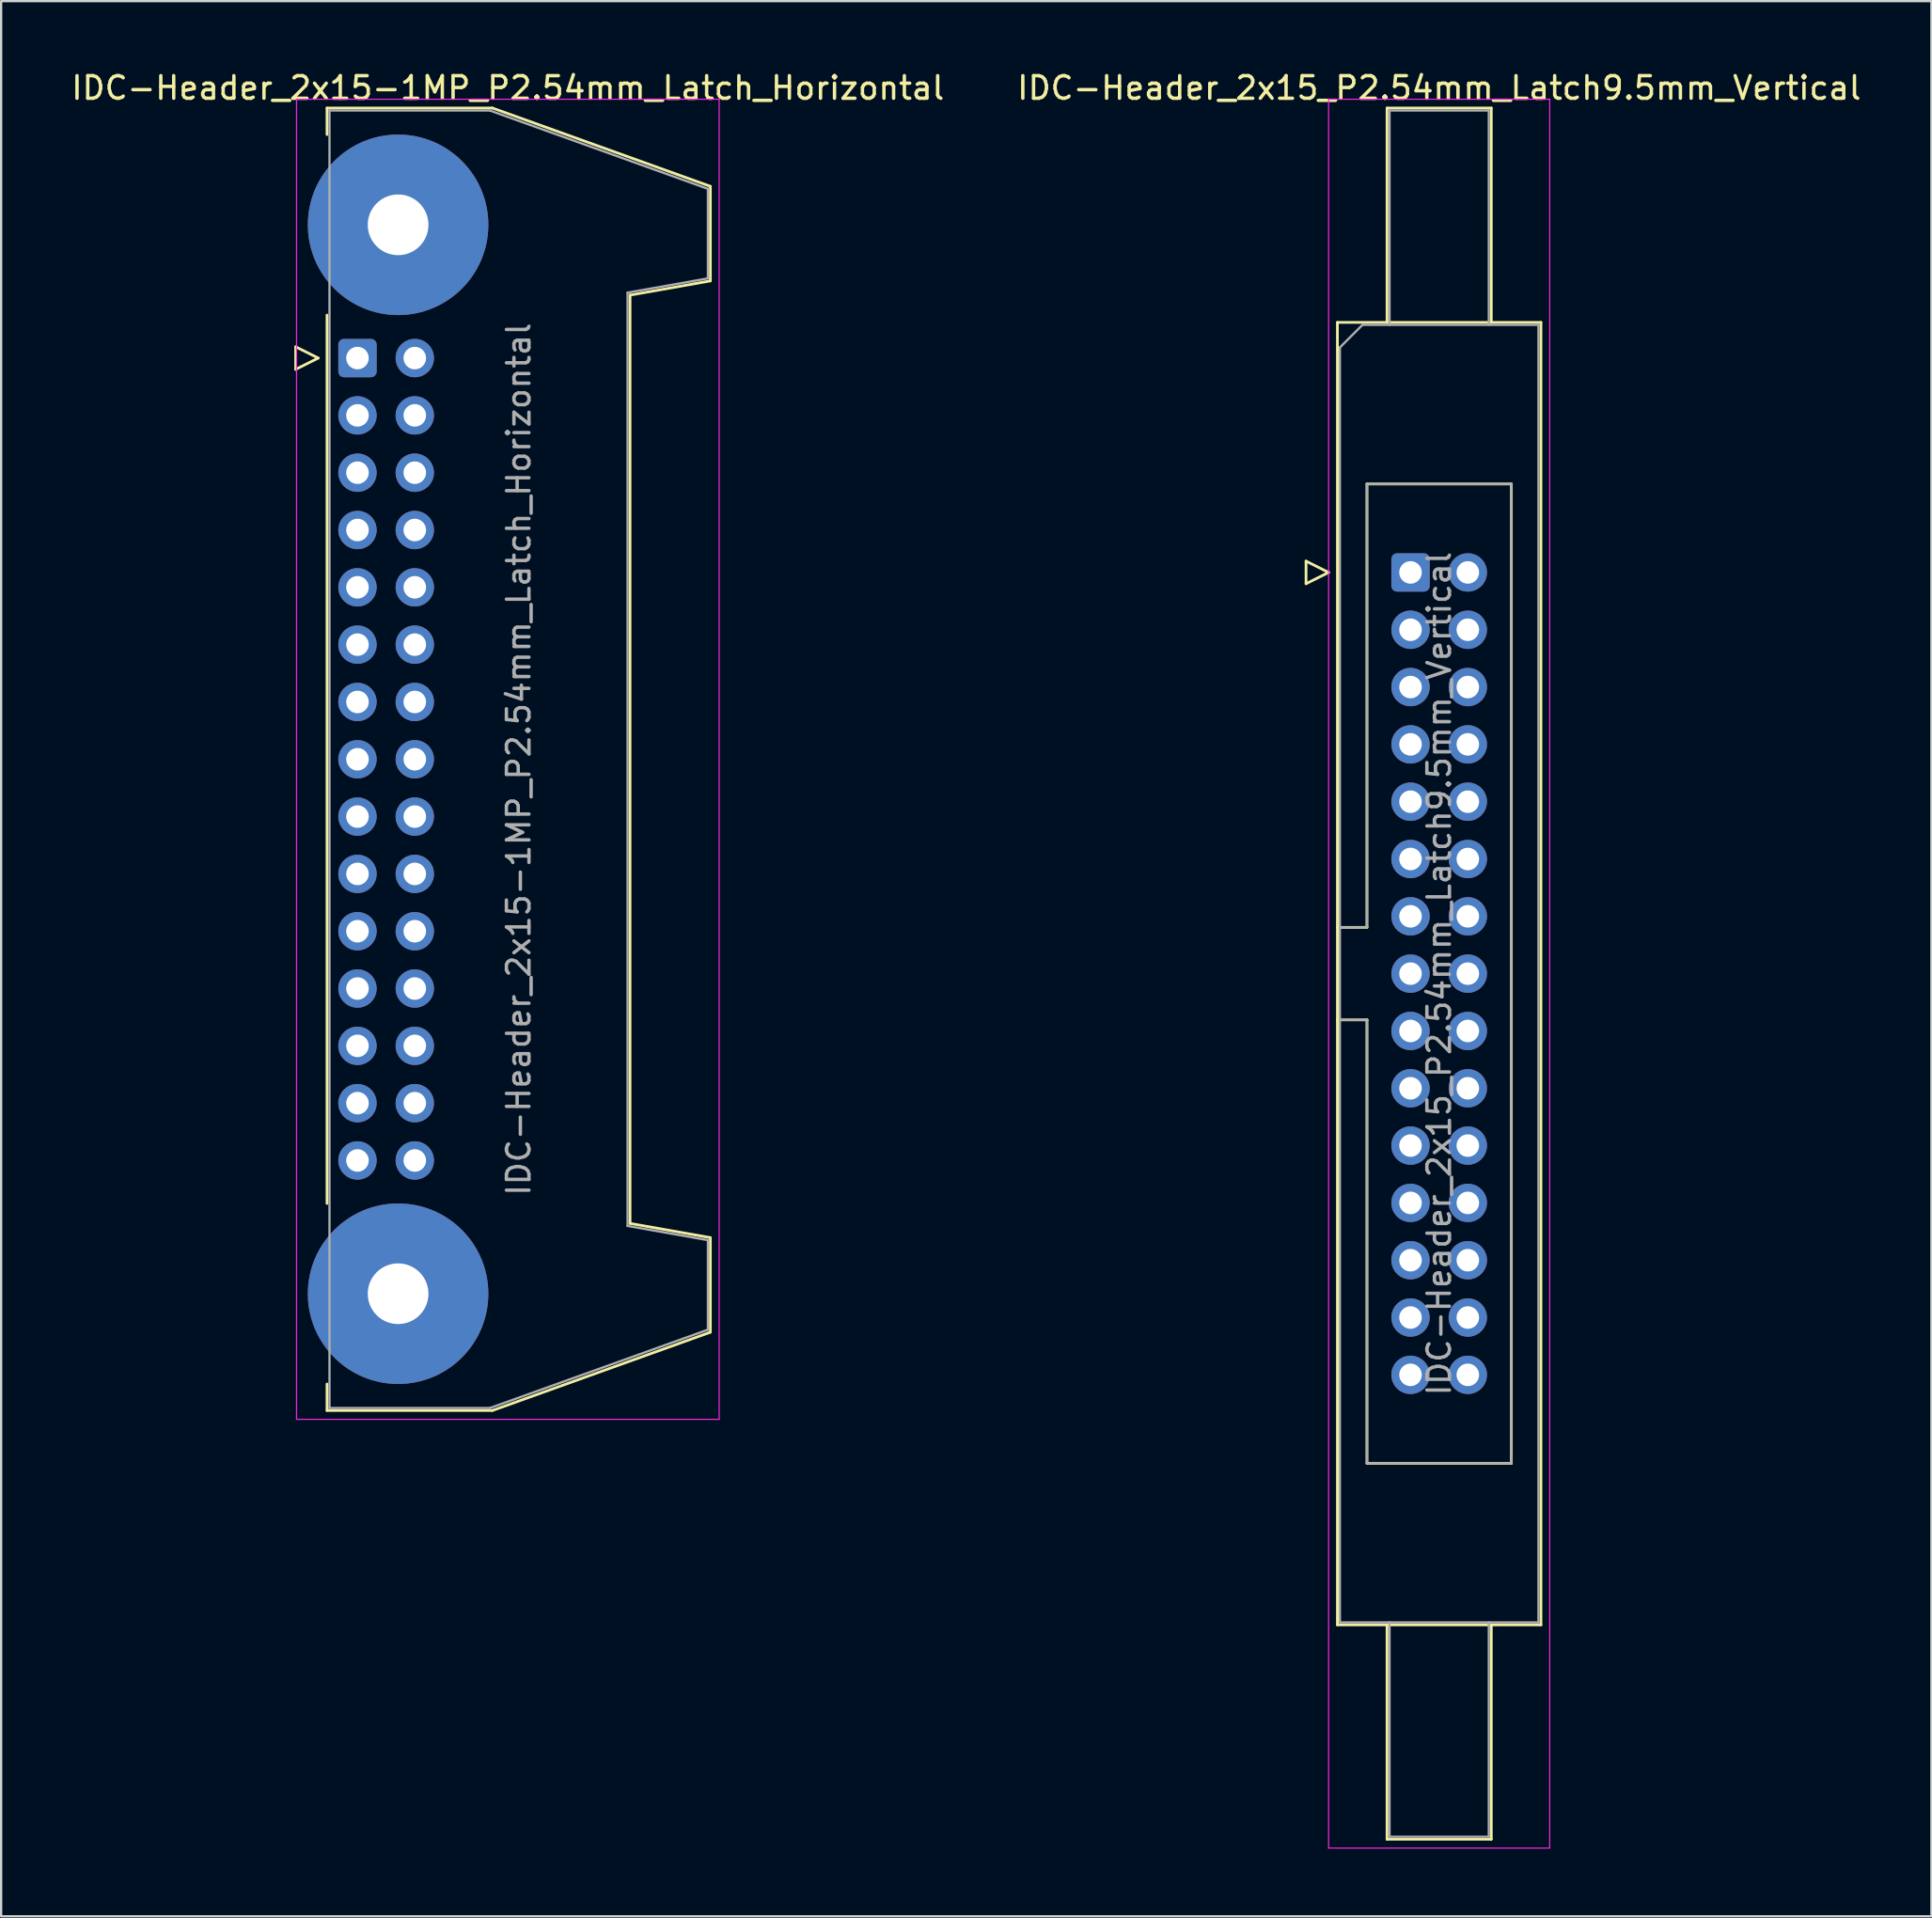
<source format=kicad_pcb>
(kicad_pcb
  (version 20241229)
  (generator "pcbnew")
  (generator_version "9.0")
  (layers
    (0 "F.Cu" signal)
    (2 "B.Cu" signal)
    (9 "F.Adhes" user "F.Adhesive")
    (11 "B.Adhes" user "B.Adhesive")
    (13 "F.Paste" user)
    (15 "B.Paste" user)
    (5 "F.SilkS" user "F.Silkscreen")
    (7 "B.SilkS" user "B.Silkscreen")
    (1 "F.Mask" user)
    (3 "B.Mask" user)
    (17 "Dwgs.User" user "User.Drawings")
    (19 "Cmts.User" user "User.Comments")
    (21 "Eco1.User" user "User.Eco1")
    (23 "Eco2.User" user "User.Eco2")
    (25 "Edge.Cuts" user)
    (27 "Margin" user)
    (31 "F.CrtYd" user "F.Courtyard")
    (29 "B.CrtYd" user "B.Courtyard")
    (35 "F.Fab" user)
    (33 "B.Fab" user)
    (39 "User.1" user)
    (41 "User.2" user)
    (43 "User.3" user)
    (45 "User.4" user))
  (footprint "IDC-Header_2x15_P2.54mm_Latch9.5mm_Vertical"
    (layer "F.Cu")
    (at 59.462 22.318)
    (property "Reference" "IDC-Header_2x15_P2.54mm_Latch9.5mm_Vertical" (at 1.27 -21.47 0) (layer "F.SilkS") (effects (font (size 1 1) (thickness 0.15))))
    (attr through_hole)
    (fp_line (start -4.63 -0.5) (end -4.63 0.5) (stroke (width 0.12) (type solid)) (layer "F.SilkS"))
    (fp_line (start -4.63 0.5) (end -3.63 0) (stroke (width 0.12) (type solid)) (layer "F.SilkS"))
    (fp_line (start -3.63 0) (end -4.63 -0.5) (stroke (width 0.12) (type solid)) (layer "F.SilkS"))
    (fp_line (start -3.24 -11.08) (end 5.78 -11.08) (stroke (width 0.12) (type solid)) (layer "F.SilkS"))
    (fp_line (start -3.24 15.73) (end -1.93 15.73) (stroke (width 0.12) (type solid)) (layer "F.SilkS"))
    (fp_line (start -3.24 46.64) (end -3.24 -11.08) (stroke (width 0.12) (type solid)) (layer "F.SilkS"))
    (fp_line (start -1.93 -3.92) (end 4.47 -3.92) (stroke (width 0.12) (type solid)) (layer "F.SilkS"))
    (fp_line (start -1.93 15.73) (end -1.93 -3.92) (stroke (width 0.12) (type solid)) (layer "F.SilkS"))
    (fp_line (start -1.93 19.83) (end -3.24 19.83) (stroke (width 0.12) (type solid)) (layer "F.SilkS"))
    (fp_line (start -1.93 19.83) (end -1.93 19.83) (stroke (width 0.12) (type solid)) (layer "F.SilkS"))
    (fp_line (start -1.93 39.48) (end -1.93 19.83) (stroke (width 0.12) (type solid)) (layer "F.SilkS"))
    (fp_line (start -1.04 -20.58) (end 3.58 -20.58) (stroke (width 0.12) (type solid)) (layer "F.SilkS"))
    (fp_line (start -1.04 -11.08) (end -1.04 -20.58) (stroke (width 0.12) (type solid)) (layer "F.SilkS"))
    (fp_line (start -1.04 46.64) (end -1.04 56.14) (stroke (width 0.12) (type solid)) (layer "F.SilkS"))
    (fp_line (start -1.04 56.14) (end 3.58 56.14) (stroke (width 0.12) (type solid)) (layer "F.SilkS"))
    (fp_line (start 3.58 -20.58) (end 3.58 -11.08) (stroke (width 0.12) (type solid)) (layer "F.SilkS"))
    (fp_line (start 3.58 56.14) (end 3.58 46.64) (stroke (width 0.12) (type solid)) (layer "F.SilkS"))
    (fp_line (start 4.47 -3.92) (end 4.47 39.48) (stroke (width 0.12) (type solid)) (layer "F.SilkS"))
    (fp_line (start 4.47 39.48) (end -1.93 39.48) (stroke (width 0.12) (type solid)) (layer "F.SilkS"))
    (fp_line (start 5.78 -11.08) (end 5.78 46.64) (stroke (width 0.12) (type solid)) (layer "F.SilkS"))
    (fp_line (start 5.78 46.64) (end -3.24 46.64) (stroke (width 0.12) (type solid)) (layer "F.SilkS"))
    (fp_line (start -3.63 -20.97) (end -3.63 56.53) (stroke (width 0.05) (type solid)) (layer "F.CrtYd"))
    (fp_line (start -3.63 56.53) (end 6.17 56.53) (stroke (width 0.05) (type solid)) (layer "F.CrtYd"))
    (fp_line (start 6.17 -20.97) (end -3.63 -20.97) (stroke (width 0.05) (type solid)) (layer "F.CrtYd"))
    (fp_line (start 6.17 56.53) (end 6.17 -20.97) (stroke (width 0.05) (type solid)) (layer "F.CrtYd"))
    (fp_line (start -3.13 -9.97) (end -2.13 -10.97) (stroke (width 0.1) (type solid)) (layer "F.Fab"))
    (fp_line (start -3.13 15.73) (end -1.93 15.73) (stroke (width 0.1) (type solid)) (layer "F.Fab"))
    (fp_line (start -3.13 46.53) (end -3.13 -9.97) (stroke (width 0.1) (type solid)) (layer "F.Fab"))
    (fp_line (start -2.13 -10.97) (end 5.67 -10.97) (stroke (width 0.1) (type solid)) (layer "F.Fab"))
    (fp_line (start -1.93 -3.92) (end 4.47 -3.92) (stroke (width 0.1) (type solid)) (layer "F.Fab"))
    (fp_line (start -1.93 15.73) (end -1.93 -3.92) (stroke (width 0.1) (type solid)) (layer "F.Fab"))
    (fp_line (start -1.93 19.83) (end -3.13 19.83) (stroke (width 0.1) (type solid)) (layer "F.Fab"))
    (fp_line (start -1.93 19.83) (end -1.93 19.83) (stroke (width 0.1) (type solid)) (layer "F.Fab"))
    (fp_line (start -1.93 39.48) (end -1.93 19.83) (stroke (width 0.1) (type solid)) (layer "F.Fab"))
    (fp_line (start -0.93 -20.47) (end 3.47 -20.47) (stroke (width 0.1) (type solid)) (layer "F.Fab"))
    (fp_line (start -0.93 -10.97) (end -0.93 -20.47) (stroke (width 0.1) (type solid)) (layer "F.Fab"))
    (fp_line (start -0.93 46.53) (end -0.93 56.03) (stroke (width 0.1) (type solid)) (layer "F.Fab"))
    (fp_line (start -0.93 56.03) (end 3.47 56.03) (stroke (width 0.1) (type solid)) (layer "F.Fab"))
    (fp_line (start 3.47 -20.47) (end 3.47 -10.97) (stroke (width 0.1) (type solid)) (layer "F.Fab"))
    (fp_line (start 3.47 56.03) (end 3.47 46.53) (stroke (width 0.1) (type solid)) (layer "F.Fab"))
    (fp_line (start 4.47 -3.92) (end 4.47 39.48) (stroke (width 0.1) (type solid)) (layer "F.Fab"))
    (fp_line (start 4.47 39.48) (end -1.93 39.48) (stroke (width 0.1) (type solid)) (layer "F.Fab"))
    (fp_line (start 5.67 -10.97) (end 5.67 46.53) (stroke (width 0.1) (type solid)) (layer "F.Fab"))
    (fp_line (start 5.67 46.53) (end -3.13 46.53) (stroke (width 0.1) (type solid)) (layer "F.Fab"))
    (fp_text user "${REFERENCE}" (at 1.27 17.78 90) (layer "F.Fab") (effects (font (size 1 1) (thickness 0.15))))
    (pad "1" thru_hole roundrect (at 0 0) (size 1.7 1.7) (drill 1) (layers "*.Cu" "*.Mask") (roundrect_rratio 0.147))
    (pad "2" thru_hole circle (at 2.54 0) (size 1.7 1.7) (drill 1) (layers "*.Cu" "*.Mask"))
    (pad "3" thru_hole circle (at 0 2.54) (size 1.7 1.7) (drill 1) (layers "*.Cu" "*.Mask"))
    (pad "4" thru_hole circle (at 2.54 2.54) (size 1.7 1.7) (drill 1) (layers "*.Cu" "*.Mask"))
    (pad "5" thru_hole circle (at 0 5.08) (size 1.7 1.7) (drill 1) (layers "*.Cu" "*.Mask"))
    (pad "6" thru_hole circle (at 2.54 5.08) (size 1.7 1.7) (drill 1) (layers "*.Cu" "*.Mask"))
    (pad "7" thru_hole circle (at 0 7.62) (size 1.7 1.7) (drill 1) (layers "*.Cu" "*.Mask"))
    (pad "8" thru_hole circle (at 2.54 7.62) (size 1.7 1.7) (drill 1) (layers "*.Cu" "*.Mask"))
    (pad "9" thru_hole circle (at 0 10.16) (size 1.7 1.7) (drill 1) (layers "*.Cu" "*.Mask"))
    (pad "10" thru_hole circle (at 2.54 10.16) (size 1.7 1.7) (drill 1) (layers "*.Cu" "*.Mask"))
    (pad "11" thru_hole circle (at 0 12.7) (size 1.7 1.7) (drill 1) (layers "*.Cu" "*.Mask"))
    (pad "12" thru_hole circle (at 2.54 12.7) (size 1.7 1.7) (drill 1) (layers "*.Cu" "*.Mask"))
    (pad "13" thru_hole circle (at 0 15.24) (size 1.7 1.7) (drill 1) (layers "*.Cu" "*.Mask"))
    (pad "14" thru_hole circle (at 2.54 15.24) (size 1.7 1.7) (drill 1) (layers "*.Cu" "*.Mask"))
    (pad "15" thru_hole circle (at 0 17.78) (size 1.7 1.7) (drill 1) (layers "*.Cu" "*.Mask"))
    (pad "16" thru_hole circle (at 2.54 17.78) (size 1.7 1.7) (drill 1) (layers "*.Cu" "*.Mask"))
    (pad "17" thru_hole circle (at 0 20.32) (size 1.7 1.7) (drill 1) (layers "*.Cu" "*.Mask"))
    (pad "18" thru_hole circle (at 2.54 20.32) (size 1.7 1.7) (drill 1) (layers "*.Cu" "*.Mask"))
    (pad "19" thru_hole circle (at 0 22.86) (size 1.7 1.7) (drill 1) (layers "*.Cu" "*.Mask"))
    (pad "20" thru_hole circle (at 2.54 22.86) (size 1.7 1.7) (drill 1) (layers "*.Cu" "*.Mask"))
    (pad "21" thru_hole circle (at 0 25.4) (size 1.7 1.7) (drill 1) (layers "*.Cu" "*.Mask"))
    (pad "22" thru_hole circle (at 2.54 25.4) (size 1.7 1.7) (drill 1) (layers "*.Cu" "*.Mask"))
    (pad "23" thru_hole circle (at 0 27.94) (size 1.7 1.7) (drill 1) (layers "*.Cu" "*.Mask"))
    (pad "24" thru_hole circle (at 2.54 27.94) (size 1.7 1.7) (drill 1) (layers "*.Cu" "*.Mask"))
    (pad "25" thru_hole circle (at 0 30.48) (size 1.7 1.7) (drill 1) (layers "*.Cu" "*.Mask"))
    (pad "26" thru_hole circle (at 2.54 30.48) (size 1.7 1.7) (drill 1) (layers "*.Cu" "*.Mask"))
    (pad "27" thru_hole circle (at 0 33.02) (size 1.7 1.7) (drill 1) (layers "*.Cu" "*.Mask"))
    (pad "28" thru_hole circle (at 2.54 33.02) (size 1.7 1.7) (drill 1) (layers "*.Cu" "*.Mask"))
    (pad "29" thru_hole circle (at 0 35.56) (size 1.7 1.7) (drill 1) (layers "*.Cu" "*.Mask"))
    (pad "30" thru_hole circle (at 2.54 35.56) (size 1.7 1.7) (drill 1) (layers "*.Cu" "*.Mask")))
  (footprint "IDC-Header_2x15-1MP_P2.54mm_Latch_Horizontal"
    (layer "F.Cu")
    (at 12.793 12.818)
    (property "Reference" "IDC-Header_2x15-1MP_P2.54mm_Latch_Horizontal" (at 6.665 -11.97 0) (layer "F.SilkS") (effects (font (size 1 1) (thickness 0.15))))
    (attr through_hole)
    (fp_line (start -2.74 -0.5) (end -2.74 0.5) (stroke (width 0.12) (type solid)) (layer "F.SilkS"))
    (fp_line (start -2.74 0.5) (end -1.74 0) (stroke (width 0.12) (type solid)) (layer "F.SilkS"))
    (fp_line (start -1.74 0) (end -2.74 -0.5) (stroke (width 0.12) (type solid)) (layer "F.SilkS"))
    (fp_line (start -1.35 -11.08) (end -1.35 -9.905) (stroke (width 0.12) (type solid)) (layer "F.SilkS"))
    (fp_line (start -1.35 -11.08) (end 5.98 -11.08) (stroke (width 0.12) (type solid)) (layer "F.SilkS"))
    (fp_line (start -1.35 -1.905) (end -1.35 37.465) (stroke (width 0.12) (type solid)) (layer "F.SilkS"))
    (fp_line (start -1.35 45.465) (end -1.35 46.64) (stroke (width 0.12) (type solid)) (layer "F.SilkS"))
    (fp_line (start 5.98 -11.08) (end 15.64 -7.61) (stroke (width 0.12) (type solid)) (layer "F.SilkS"))
    (fp_line (start 5.98 46.64) (end -1.35 46.64) (stroke (width 0.12) (type solid)) (layer "F.SilkS"))
    (fp_line (start 12.08 -2.79) (end 12.08 38.35) (stroke (width 0.12) (type solid)) (layer "F.SilkS"))
    (fp_line (start 12.08 38.35) (end 15.64 38.98) (stroke (width 0.12) (type solid)) (layer "F.SilkS"))
    (fp_line (start 15.64 -7.61) (end 15.64 -3.42) (stroke (width 0.12) (type solid)) (layer "F.SilkS"))
    (fp_line (start 15.64 -3.42) (end 12.08 -2.79) (stroke (width 0.12) (type solid)) (layer "F.SilkS"))
    (fp_line (start 15.64 38.98) (end 15.64 43.17) (stroke (width 0.12) (type solid)) (layer "F.SilkS"))
    (fp_line (start 15.64 43.17) (end 5.98 46.64) (stroke (width 0.12) (type solid)) (layer "F.SilkS"))
    (fp_line (start -2.7 -11.47) (end -2.7 47.03) (stroke (width 0.05) (type solid)) (layer "F.CrtYd"))
    (fp_line (start -2.7 47.03) (end 16.03 47.03) (stroke (width 0.05) (type solid)) (layer "F.CrtYd"))
    (fp_line (start 16.03 -11.47) (end -2.7 -11.47) (stroke (width 0.05) (type solid)) (layer "F.CrtYd"))
    (fp_line (start 16.03 47.03) (end 16.03 -11.47) (stroke (width 0.05) (type solid)) (layer "F.CrtYd"))
    (fp_line (start -1.24 -10.97) (end 5.87 -10.97) (stroke (width 0.1) (type solid)) (layer "F.Fab"))
    (fp_line (start -1.24 46.53) (end -1.24 -10.97) (stroke (width 0.1) (type solid)) (layer "F.Fab"))
    (fp_line (start 5.87 -10.97) (end 15.53 -7.5) (stroke (width 0.1) (type solid)) (layer "F.Fab"))
    (fp_line (start 5.87 46.53) (end -1.24 46.53) (stroke (width 0.1) (type solid)) (layer "F.Fab"))
    (fp_line (start 11.97 -2.9) (end 11.97 38.46) (stroke (width 0.1) (type solid)) (layer "F.Fab"))
    (fp_line (start 11.97 38.46) (end 15.53 39.09) (stroke (width 0.1) (type solid)) (layer "F.Fab"))
    (fp_line (start 15.53 -7.5) (end 15.53 -3.53) (stroke (width 0.1) (type solid)) (layer "F.Fab"))
    (fp_line (start 15.53 -3.53) (end 11.97 -2.9) (stroke (width 0.1) (type solid)) (layer "F.Fab"))
    (fp_line (start 15.53 39.09) (end 15.53 43.06) (stroke (width 0.1) (type solid)) (layer "F.Fab"))
    (fp_line (start 15.53 43.06) (end 5.87 46.53) (stroke (width 0.1) (type solid)) (layer "F.Fab"))
    (fp_text user "${REFERENCE}" (at 7.145 17.78 90) (layer "F.Fab") (effects (font (size 1 1) (thickness 0.15))))
    (pad "1" thru_hole roundrect (at 0 0) (size 1.7 1.7) (drill 1) (layers "*.Cu" "*.Mask") (roundrect_rratio 0.147))
    (pad "2" thru_hole circle (at 2.54 0) (size 1.7 1.7) (drill 1) (layers "*.Cu" "*.Mask"))
    (pad "3" thru_hole circle (at 0 2.54) (size 1.7 1.7) (drill 1) (layers "*.Cu" "*.Mask"))
    (pad "4" thru_hole circle (at 2.54 2.54) (size 1.7 1.7) (drill 1) (layers "*.Cu" "*.Mask"))
    (pad "5" thru_hole circle (at 0 5.08) (size 1.7 1.7) (drill 1) (layers "*.Cu" "*.Mask"))
    (pad "6" thru_hole circle (at 2.54 5.08) (size 1.7 1.7) (drill 1) (layers "*.Cu" "*.Mask"))
    (pad "7" thru_hole circle (at 0 7.62) (size 1.7 1.7) (drill 1) (layers "*.Cu" "*.Mask"))
    (pad "8" thru_hole circle (at 2.54 7.62) (size 1.7 1.7) (drill 1) (layers "*.Cu" "*.Mask"))
    (pad "9" thru_hole circle (at 0 10.16) (size 1.7 1.7) (drill 1) (layers "*.Cu" "*.Mask"))
    (pad "10" thru_hole circle (at 2.54 10.16) (size 1.7 1.7) (drill 1) (layers "*.Cu" "*.Mask"))
    (pad "11" thru_hole circle (at 0 12.7) (size 1.7 1.7) (drill 1) (layers "*.Cu" "*.Mask"))
    (pad "12" thru_hole circle (at 2.54 12.7) (size 1.7 1.7) (drill 1) (layers "*.Cu" "*.Mask"))
    (pad "13" thru_hole circle (at 0 15.24) (size 1.7 1.7) (drill 1) (layers "*.Cu" "*.Mask"))
    (pad "14" thru_hole circle (at 2.54 15.24) (size 1.7 1.7) (drill 1) (layers "*.Cu" "*.Mask"))
    (pad "15" thru_hole circle (at 0 17.78) (size 1.7 1.7) (drill 1) (layers "*.Cu" "*.Mask"))
    (pad "16" thru_hole circle (at 2.54 17.78) (size 1.7 1.7) (drill 1) (layers "*.Cu" "*.Mask"))
    (pad "17" thru_hole circle (at 0 20.32) (size 1.7 1.7) (drill 1) (layers "*.Cu" "*.Mask"))
    (pad "18" thru_hole circle (at 2.54 20.32) (size 1.7 1.7) (drill 1) (layers "*.Cu" "*.Mask"))
    (pad "19" thru_hole circle (at 0 22.86) (size 1.7 1.7) (drill 1) (layers "*.Cu" "*.Mask"))
    (pad "20" thru_hole circle (at 2.54 22.86) (size 1.7 1.7) (drill 1) (layers "*.Cu" "*.Mask"))
    (pad "21" thru_hole circle (at 0 25.4) (size 1.7 1.7) (drill 1) (layers "*.Cu" "*.Mask"))
    (pad "22" thru_hole circle (at 2.54 25.4) (size 1.7 1.7) (drill 1) (layers "*.Cu" "*.Mask"))
    (pad "23" thru_hole circle (at 0 27.94) (size 1.7 1.7) (drill 1) (layers "*.Cu" "*.Mask"))
    (pad "24" thru_hole circle (at 2.54 27.94) (size 1.7 1.7) (drill 1) (layers "*.Cu" "*.Mask"))
    (pad "25" thru_hole circle (at 0 30.48) (size 1.7 1.7) (drill 1) (layers "*.Cu" "*.Mask"))
    (pad "26" thru_hole circle (at 2.54 30.48) (size 1.7 1.7) (drill 1) (layers "*.Cu" "*.Mask"))
    (pad "27" thru_hole circle (at 0 33.02) (size 1.7 1.7) (drill 1) (layers "*.Cu" "*.Mask"))
    (pad "28" thru_hole circle (at 2.54 33.02) (size 1.7 1.7) (drill 1) (layers "*.Cu" "*.Mask"))
    (pad "29" thru_hole circle (at 0 35.56) (size 1.7 1.7) (drill 1) (layers "*.Cu" "*.Mask"))
    (pad "30" thru_hole circle (at 2.54 35.56) (size 1.7 1.7) (drill 1) (layers "*.Cu" "*.Mask"))
    (pad "MP" thru_hole circle (at 1.8 -5.905) (size 8 8) (drill 2.69) (layers "*.Cu" "*.Mask"))
    (pad "MP" thru_hole circle (at 1.8 41.465) (size 8 8) (drill 2.69) (layers "*.Cu" "*.Mask")))
  (gr_rect
    (start -3 -3)
    (end 82.548 81.873)
    (stroke (width 0.1) (type default))
    (fill no)
    (layer "Edge.Cuts")))
</source>
